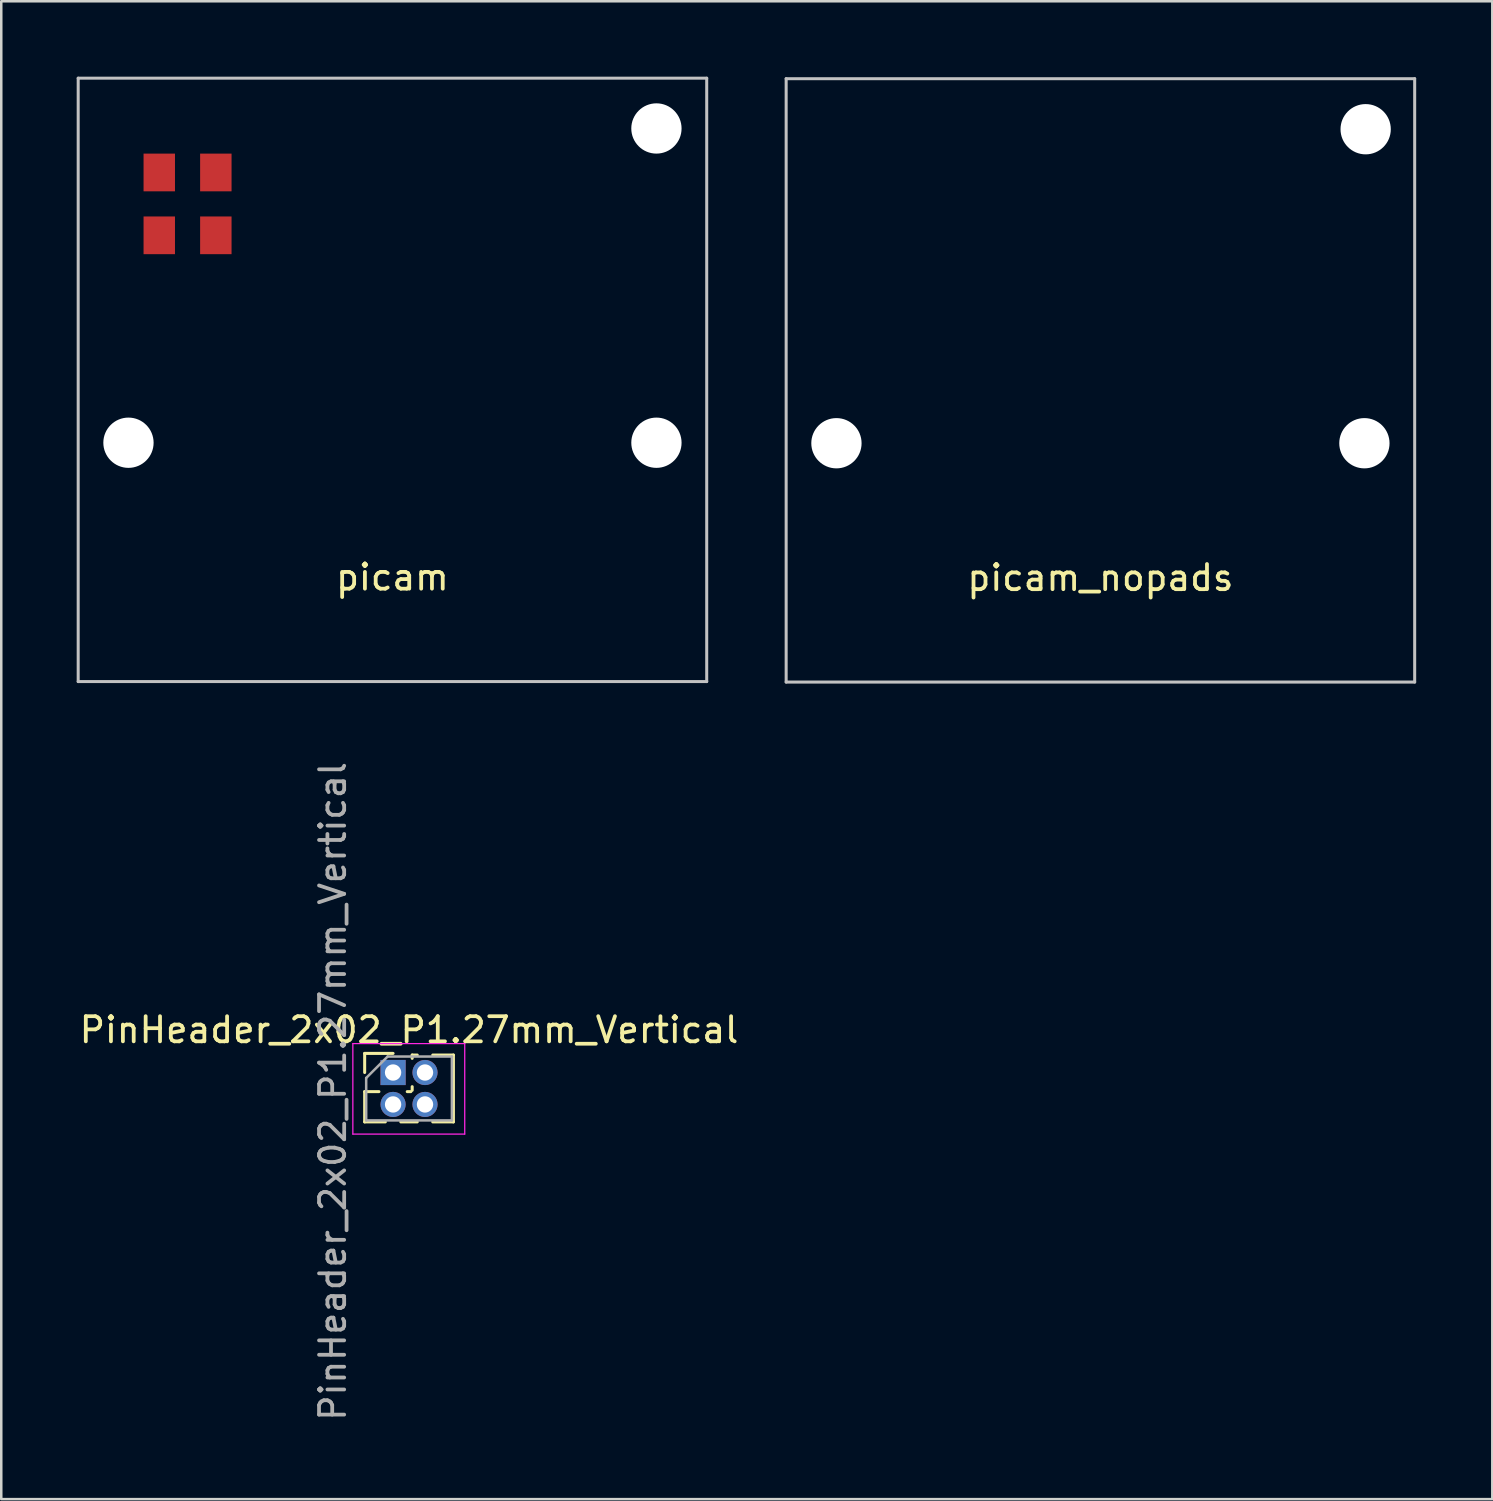
<source format=kicad_pcb>
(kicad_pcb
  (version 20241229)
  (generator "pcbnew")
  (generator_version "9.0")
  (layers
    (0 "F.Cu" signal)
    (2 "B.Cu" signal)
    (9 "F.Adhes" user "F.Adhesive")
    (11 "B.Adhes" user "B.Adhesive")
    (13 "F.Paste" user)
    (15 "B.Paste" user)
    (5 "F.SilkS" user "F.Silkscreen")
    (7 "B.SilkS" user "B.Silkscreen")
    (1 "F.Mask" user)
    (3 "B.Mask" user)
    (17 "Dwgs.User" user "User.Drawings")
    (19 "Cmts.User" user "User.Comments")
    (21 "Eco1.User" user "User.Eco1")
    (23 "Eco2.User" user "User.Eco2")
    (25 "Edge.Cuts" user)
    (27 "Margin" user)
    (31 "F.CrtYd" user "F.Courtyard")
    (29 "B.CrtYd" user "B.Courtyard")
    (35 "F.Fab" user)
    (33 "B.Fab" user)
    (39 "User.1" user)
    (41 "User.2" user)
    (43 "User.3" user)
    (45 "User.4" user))
  (footprint "PinHeader_2x02_P1.27mm_Vertical"
    (layer "F.Cu")
    (at 12.585 39.61)
    (property "Reference" "PinHeader_2x02_P1.27mm_Vertical" (at 0.635 -1.695 0) (layer "F.SilkS") (effects (font (size 1 1) (thickness 0.15))))
    (attr through_hole)
    (fp_line (start -1.13 -0.76) (end 0 -0.76) (stroke (width 0.12) (type solid)) (layer "F.SilkS"))
    (fp_line (start -1.13 0) (end -1.13 -0.76) (stroke (width 0.12) (type solid)) (layer "F.SilkS"))
    (fp_line (start -1.13 0.76) (end -1.13 1.965) (stroke (width 0.12) (type solid)) (layer "F.SilkS"))
    (fp_line (start -1.13 0.76) (end -0.563 0.76) (stroke (width 0.12) (type solid)) (layer "F.SilkS"))
    (fp_line (start -1.13 1.965) (end -0.308 1.965) (stroke (width 0.12) (type solid)) (layer "F.SilkS"))
    (fp_line (start 0.308 1.965) (end 0.962 1.965) (stroke (width 0.12) (type solid)) (layer "F.SilkS"))
    (fp_line (start 0.563 0.76) (end 0.707 0.76) (stroke (width 0.12) (type solid)) (layer "F.SilkS"))
    (fp_line (start 0.76 -0.695) (end 0.962 -0.695) (stroke (width 0.12) (type solid)) (layer "F.SilkS"))
    (fp_line (start 0.76 -0.563) (end 0.76 -0.695) (stroke (width 0.12) (type solid)) (layer "F.SilkS"))
    (fp_line (start 0.76 0.707) (end 0.76 0.563) (stroke (width 0.12) (type solid)) (layer "F.SilkS"))
    (fp_line (start 1.578 -0.695) (end 2.4 -0.695) (stroke (width 0.12) (type solid)) (layer "F.SilkS"))
    (fp_line (start 1.578 1.965) (end 2.4 1.965) (stroke (width 0.12) (type solid)) (layer "F.SilkS"))
    (fp_line (start 2.4 -0.695) (end 2.4 1.965) (stroke (width 0.12) (type solid)) (layer "F.SilkS"))
    (fp_line (start -1.6 -1.15) (end -1.6 2.45) (stroke (width 0.05) (type solid)) (layer "F.CrtYd"))
    (fp_line (start -1.6 2.45) (end 2.85 2.45) (stroke (width 0.05) (type solid)) (layer "F.CrtYd"))
    (fp_line (start 2.85 -1.15) (end -1.6 -1.15) (stroke (width 0.05) (type solid)) (layer "F.CrtYd"))
    (fp_line (start 2.85 2.45) (end 2.85 -1.15) (stroke (width 0.05) (type solid)) (layer "F.CrtYd"))
    (fp_line (start -1.07 0.217) (end -0.217 -0.635) (stroke (width 0.1) (type solid)) (layer "F.Fab"))
    (fp_line (start -1.07 1.905) (end -1.07 0.217) (stroke (width 0.1) (type solid)) (layer "F.Fab"))
    (fp_line (start -0.217 -0.635) (end 2.34 -0.635) (stroke (width 0.1) (type solid)) (layer "F.Fab"))
    (fp_line (start 2.34 -0.635) (end 2.34 1.905) (stroke (width 0.1) (type solid)) (layer "F.Fab"))
    (fp_line (start 2.34 1.905) (end -1.07 1.905) (stroke (width 0.1) (type solid)) (layer "F.Fab"))
    (fp_text user "${REFERENCE}" (at -2.4 0.75 90) (layer "F.Fab") (effects (font (size 1 1) (thickness 0.15))))
    (pad "1" thru_hole rect (at 0 0) (size 1 1) (drill 0.65) (layers "*.Cu" "*.Mask"))
    (pad "2" thru_hole oval (at 1.27 0) (size 1 1) (drill 0.65) (layers "*.Cu" "*.Mask"))
    (pad "3" thru_hole oval (at 0 1.27) (size 1 1) (drill 0.65) (layers "*.Cu" "*.Mask"))
    (pad "4" thru_hole oval (at 1.27 1.27) (size 1 1) (drill 0.65) (layers "*.Cu" "*.Mask")))
  (footprint "picam_nopads"
    (layer "F.Cu")
    (at 40.72 13.58)
    (property "Reference" "picam_nopads" (at 0 6.35 180) (layer "F.SilkS") (effects (font (size 1 1) (thickness 0.15))))
    (attr board_only exclude_from_pos_files exclude_from_bom)
    (fp_circle (center -10.49 1.01) (end -8.49 1.01) (stroke (width 0.12) (type solid)) (fill yes) (layer "F.Mask"))
    (fp_circle (center 10.451 1.006) (end 12.451 1.006) (stroke (width 0.12) (type solid)) (fill yes) (layer "F.Mask"))
    (fp_circle (center 10.5 -11.52) (end 12.5 -11.52) (stroke (width 0.12) (type solid)) (fill yes) (layer "F.Mask"))
    (fp_circle (center -10.54 0.957) (end -8.54 0.957) (stroke (width 0.12) (type solid)) (fill yes) (layer "B.Mask"))
    (fp_circle (center 10.407 0.954) (end 12.407 0.954) (stroke (width 0.12) (type solid)) (fill yes) (layer "B.Mask"))
    (fp_circle (center 10.526 -11.52) (end 12.526 -11.52) (stroke (width 0.12) (type solid)) (fill yes) (layer "B.Mask"))
    (fp_line (start -12.5 -13.5) (end -12.5 10.5) (stroke (width 0.12) (type solid)) (layer "Dwgs.User"))
    (fp_line (start -12.5 10.5) (end 12.5 10.5) (stroke (width 0.12) (type solid)) (layer "Dwgs.User"))
    (fp_line (start 12.5 -13.5) (end -12.5 -13.5) (stroke (width 0.12) (type solid)) (layer "Dwgs.User"))
    (fp_line (start 12.5 10.5) (end 12.5 -13.5) (stroke (width 0.12) (type solid)) (layer "Dwgs.User"))
    (pad "" np_thru_hole circle (at -10.5 1 180) (size 2 2) (drill 2) (layers "*.Cu" "*.Mask"))
    (pad "" np_thru_hole circle (at 10.5 1 180) (size 2 2) (drill 2) (layers "*.Cu" "*.Mask"))
    (pad "" np_thru_hole circle (at 10.55 -11.49 180) (size 2 2) (drill 2) (layers "*.Cu" "*.Mask")))
  (footprint "picam"
    (layer "F.Cu")
    (at 12.56 13.56)
    (property "Reference" "picam" (at 0 6.35 0) (layer "F.SilkS") (effects (font (size 1 1) (thickness 0.15))))
    (attr exclude_from_pos_files exclude_from_bom)
    (fp_line (start -12.5 -13.5) (end -12.5 10.5) (stroke (width 0.12) (type solid)) (layer "Dwgs.User"))
    (fp_line (start -12.5 10.5) (end 12.5 10.5) (stroke (width 0.12) (type solid)) (layer "Dwgs.User"))
    (fp_line (start 12.5 -13.5) (end -12.5 -13.5) (stroke (width 0.12) (type solid)) (layer "Dwgs.User"))
    (fp_line (start 12.5 10.5) (end 12.5 -13.5) (stroke (width 0.12) (type solid)) (layer "Dwgs.User"))
    (pad "" np_thru_hole circle (at -10.5 1) (size 2 2) (drill 2) (layers "*.Cu" "*.Mask"))
    (pad "" np_thru_hole circle (at 10.5 -11.5) (size 2 2) (drill 2) (layers "*.Cu" "*.Mask"))
    (pad "" np_thru_hole circle (at 10.5 1) (size 2 2) (drill 2) (layers "*.Cu" "*.Mask"))
    (pad "1" smd rect (at -7.025 -9.75) (size 1.25 1.5) (layers "F.Cu" "F.Mask" "F.Paste"))
    (pad "2" smd rect (at -7.025 -7.25) (size 1.25 1.5) (layers "F.Cu" "F.Mask" "F.Paste"))
    (pad "3" smd rect (at -9.275 -7.25) (size 1.25 1.5) (layers "F.Cu" "F.Mask" "F.Paste"))
    (pad "4" smd rect (at -9.275 -9.75) (size 1.25 1.5) (layers "F.Cu" "F.Mask" "F.Paste")))
  (gr_rect
    (start -3 -3)
    (end 56.307 56.58)
    (stroke (width 0.1) (type default))
    (fill no)
    (layer "Edge.Cuts")))
</source>
